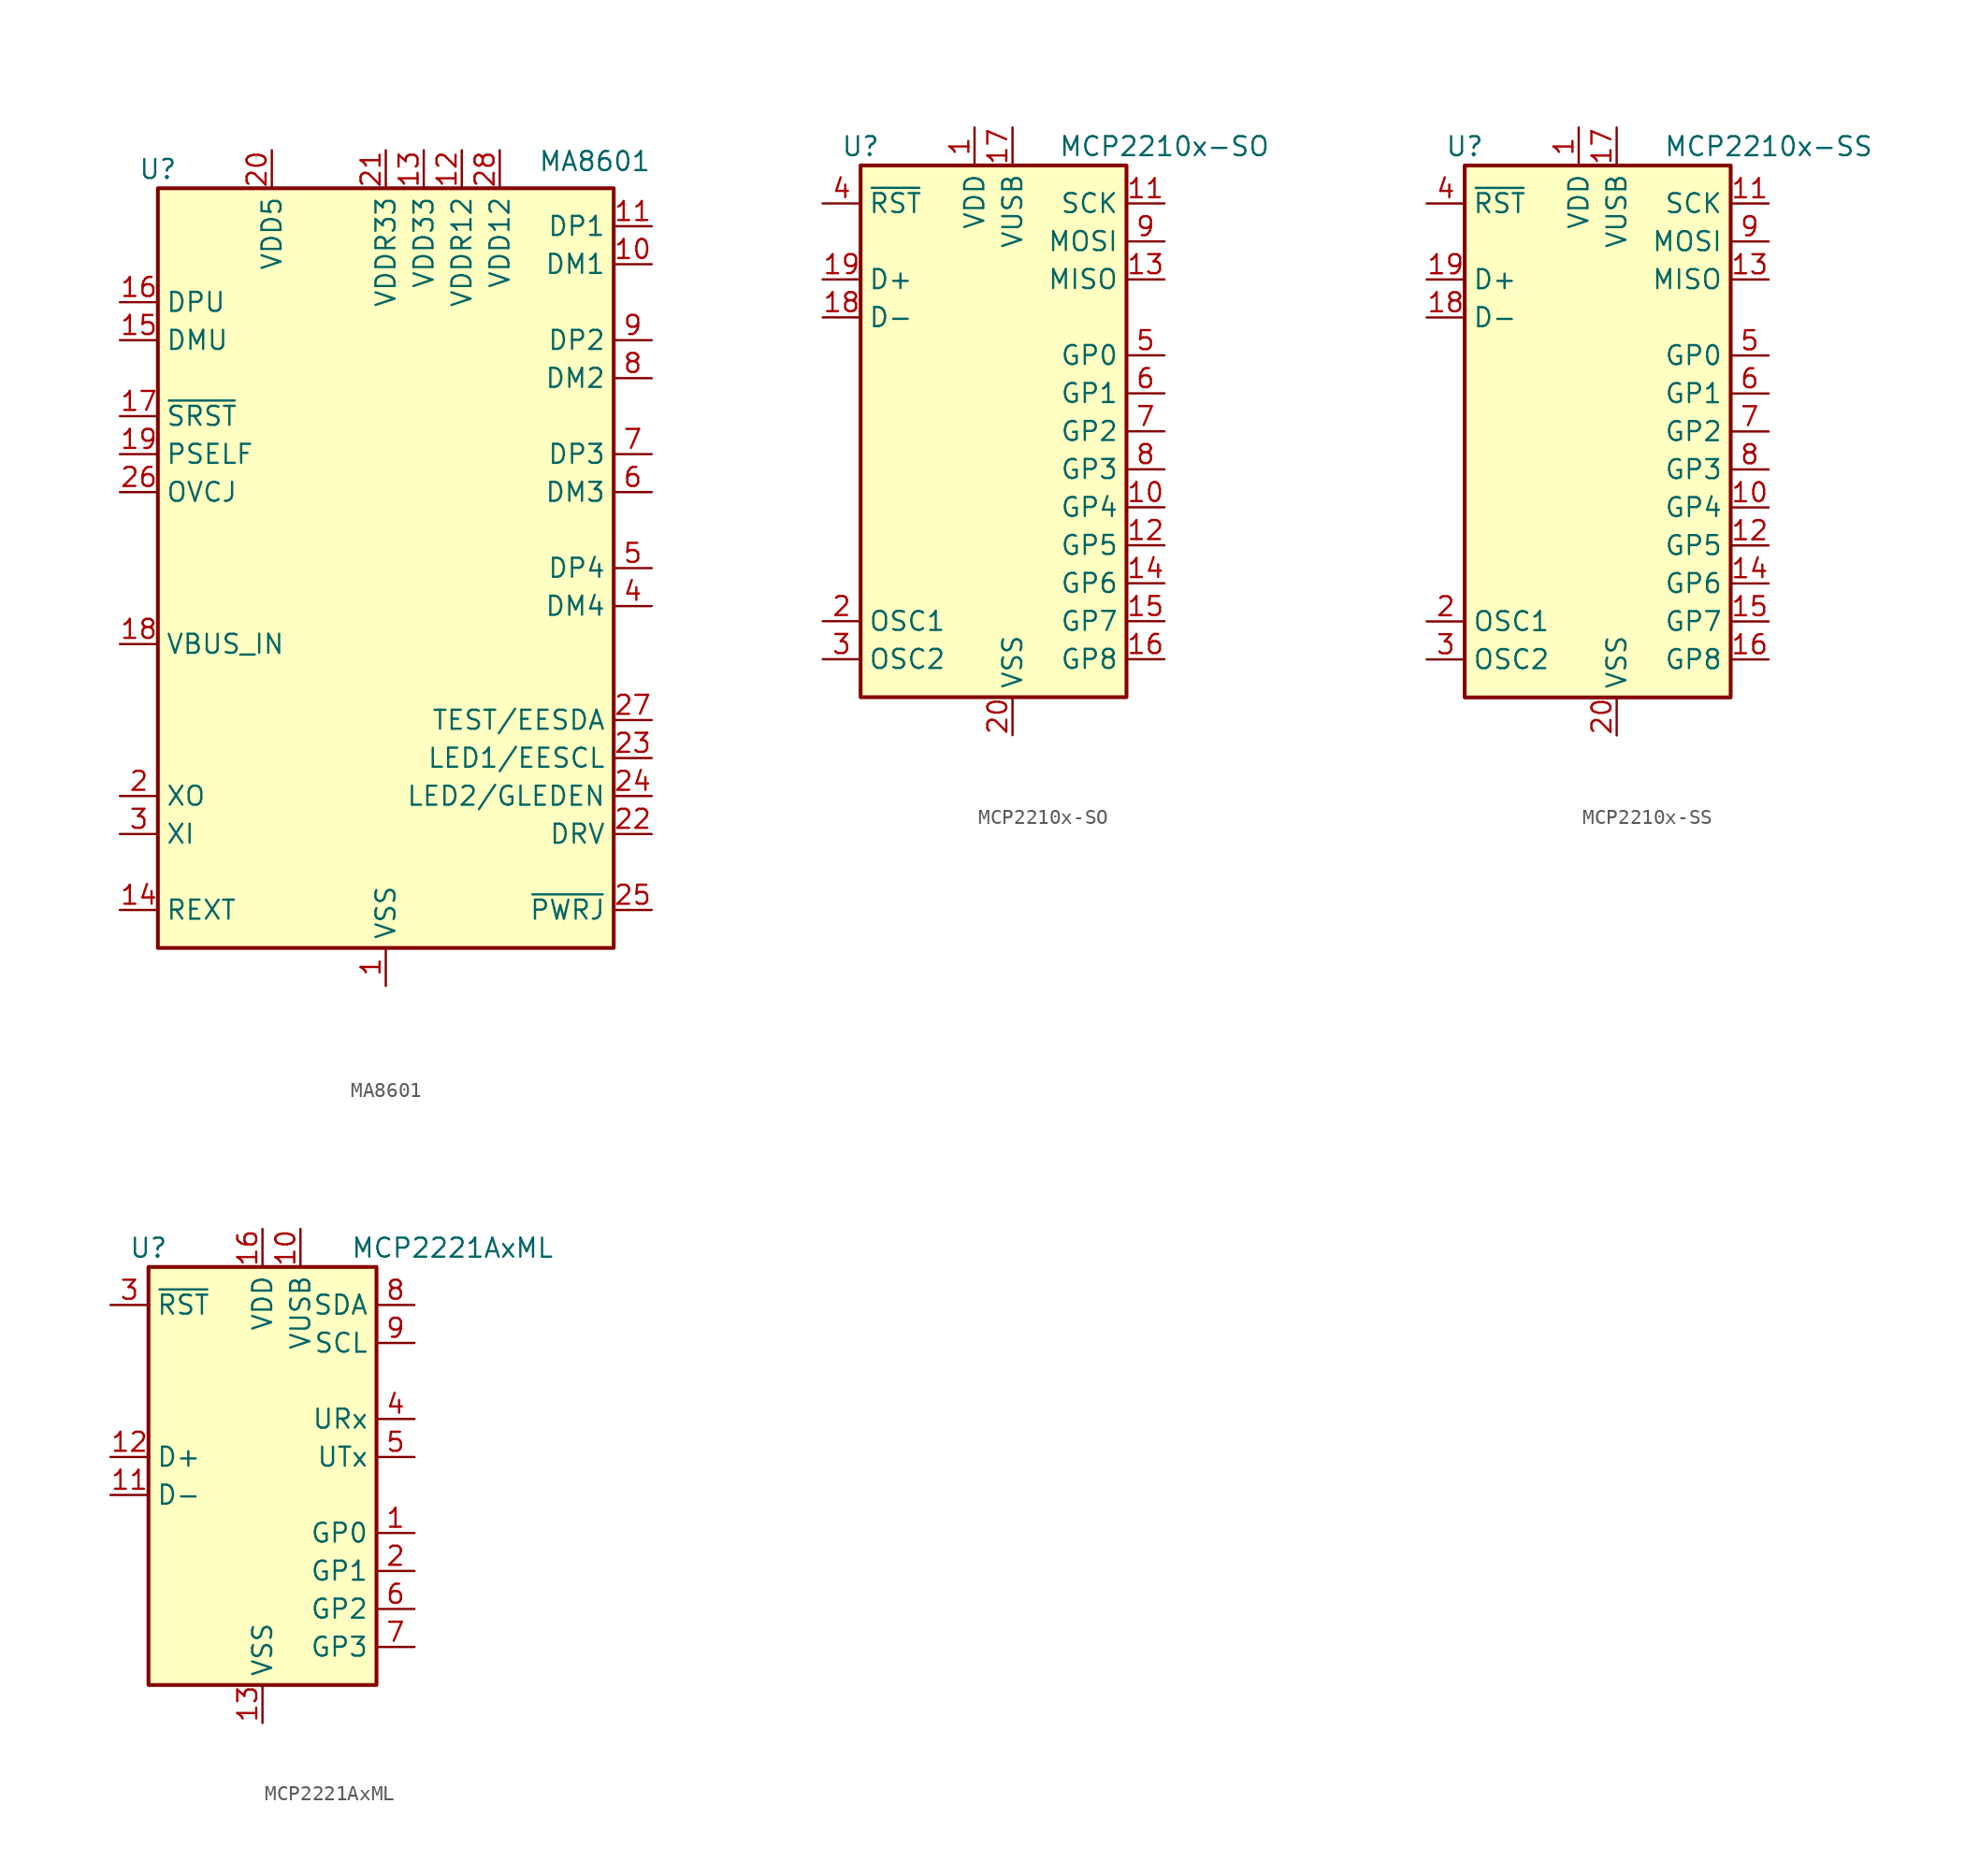
<source format=kicad_sym>
(kicad_symbol_lib
  (version 20201005)
  (generator kicad_symbol_editor)
  (symbol "MA8601"
    (property "Reference" "U"
      (at -15.24 26.67 0)
      (effects (font (size 1.27 1.27))))
    (property "Value" "MA8601"
      (at 13.97 27.94 0)
      (effects (font (size 1.27 1.27)) (justify top)))
    (symbol "MA8601_0_1"
      (rectangle (start -15.24 25.4) (end 15.24 -25.4) (stroke (width 0.254)) (fill (type background))))
    (symbol "MA8601_1_1"
      (pin power_in line (at 0 -27.94 90) (length 2.54) (name "VSS" (effects (font (size 1.27 1.27)))) (number "1" (effects (font (size 1.27 1.27)))))
      (pin bidirectional line (at 17.78 20.32 180) (length 2.54) (name "DM1" (effects (font (size 1.27 1.27)))) (number "10" (effects (font (size 1.27 1.27)))))
      (pin bidirectional line (at 17.78 22.86 180) (length 2.54) (name "DP1" (effects (font (size 1.27 1.27)))) (number "11" (effects (font (size 1.27 1.27)))))
      (pin power_out line (at 5.08 27.94 270) (length 2.54) (name "VDDR12" (effects (font (size 1.27 1.27)))) (number "12" (effects (font (size 1.27 1.27)))))
      (pin power_in line (at 2.54 27.94 270) (length 2.54) (name "VDD33" (effects (font (size 1.27 1.27)))) (number "13" (effects (font (size 1.27 1.27)))))
      (pin passive line (at -17.78 -22.86 0) (length 2.54) (name "REXT" (effects (font (size 1.27 1.27)))) (number "14" (effects (font (size 1.27 1.27)))))
      (pin bidirectional line (at -17.78 15.24 0) (length 2.54) (name "DMU" (effects (font (size 1.27 1.27)))) (number "15" (effects (font (size 1.27 1.27)))))
      (pin bidirectional line (at -17.78 17.78 0) (length 2.54) (name "DPU" (effects (font (size 1.27 1.27)))) (number "16" (effects (font (size 1.27 1.27)))))
      (pin input line (at -17.78 10.16 0) (length 2.54) (name "~SRST" (effects (font (size 1.27 1.27)))) (number "17" (effects (font (size 1.27 1.27)))))
      (pin input line (at -17.78 -5.08 0) (length 2.54) (name "VBUS_IN" (effects (font (size 1.27 1.27)))) (number "18" (effects (font (size 1.27 1.27)))))
      (pin input line (at -17.78 7.62 0) (length 2.54) (name "PSELF" (effects (font (size 1.27 1.27)))) (number "19" (effects (font (size 1.27 1.27)))))
      (pin output line (at -17.78 -15.24 0) (length 2.54) (name "XO" (effects (font (size 1.27 1.27)))) (number "2" (effects (font (size 1.27 1.27)))))
      (pin power_in line (at -7.62 27.94 270) (length 2.54) (name "VDD5" (effects (font (size 1.27 1.27)))) (number "20" (effects (font (size 1.27 1.27)))))
      (pin power_out line (at 0 27.94 270) (length 2.54) (name "VDDR33" (effects (font (size 1.27 1.27)))) (number "21" (effects (font (size 1.27 1.27)))))
      (pin bidirectional line (at 17.78 -17.78 180) (length 2.54) (name "DRV" (effects (font (size 1.27 1.27)))) (number "22" (effects (font (size 1.27 1.27)))))
      (pin bidirectional line (at 17.78 -12.7 180) (length 2.54) (name "LED1/EESCL" (effects (font (size 1.27 1.27)))) (number "23" (effects (font (size 1.27 1.27)))))
      (pin bidirectional line (at 17.78 -15.24 180) (length 2.54) (name "LED2/GLEDEN" (effects (font (size 1.27 1.27)))) (number "24" (effects (font (size 1.27 1.27)))))
      (pin output line (at 17.78 -22.86 180) (length 2.54) (name "~PWRJ" (effects (font (size 1.27 1.27)))) (number "25" (effects (font (size 1.27 1.27)))))
      (pin input line (at -17.78 5.08 0) (length 2.54) (name "OVCJ" (effects (font (size 1.27 1.27)))) (number "26" (effects (font (size 1.27 1.27)))))
      (pin bidirectional line (at 17.78 -10.16 180) (length 2.54) (name "TEST/EESDA" (effects (font (size 1.27 1.27)))) (number "27" (effects (font (size 1.27 1.27)))))
      (pin power_in line (at 7.62 27.94 270) (length 2.54) (name "VDD12" (effects (font (size 1.27 1.27)))) (number "28" (effects (font (size 1.27 1.27)))))
      (pin input line (at -17.78 -17.78 0) (length 2.54) (name "XI" (effects (font (size 1.27 1.27)))) (number "3" (effects (font (size 1.27 1.27)))))
      (pin bidirectional line (at 17.78 -2.54 180) (length 2.54) (name "DM4" (effects (font (size 1.27 1.27)))) (number "4" (effects (font (size 1.27 1.27)))))
      (pin bidirectional line (at 17.78 0 180) (length 2.54) (name "DP4" (effects (font (size 1.27 1.27)))) (number "5" (effects (font (size 1.27 1.27)))))
      (pin bidirectional line (at 17.78 5.08 180) (length 2.54) (name "DM3" (effects (font (size 1.27 1.27)))) (number "6" (effects (font (size 1.27 1.27)))))
      (pin bidirectional line (at 17.78 7.62 180) (length 2.54) (name "DP3" (effects (font (size 1.27 1.27)))) (number "7" (effects (font (size 1.27 1.27)))))
      (pin bidirectional line (at 17.78 12.7 180) (length 2.54) (name "DM2" (effects (font (size 1.27 1.27)))) (number "8" (effects (font (size 1.27 1.27)))))
      (pin bidirectional line (at 17.78 15.24 180) (length 2.54) (name "DP2" (effects (font (size 1.27 1.27)))) (number "9" (effects (font (size 1.27 1.27)))))))
  (symbol "MCP2210x-SO"
    (property "Reference" "U"
      (at -10.16 19.05 0)
      (effects (font (size 1.27 1.27))))
    (property "Value" "MCP2210x-SO"
      (at 10.16 19.05 0)
      (effects (font (size 1.27 1.27))))
    (symbol "MCP2210x-SO_0_1"
      (rectangle (start -10.16 17.78) (end 7.62 -17.78) (stroke (width 0.254)) (fill (type background))))
    (symbol "MCP2210x-SO_1_1"
      (pin power_in line (at -2.54 20.32 270) (length 2.54) (name "VDD" (effects (font (size 1.27 1.27)))) (number "1" (effects (font (size 1.27 1.27)))))
      (pin bidirectional line (at 10.16 -5.08 180) (length 2.54) (name "GP4" (effects (font (size 1.27 1.27)))) (number "10" (effects (font (size 1.27 1.27)))))
      (pin output line (at 10.16 15.24 180) (length 2.54) (name "SCK" (effects (font (size 1.27 1.27)))) (number "11" (effects (font (size 1.27 1.27)))))
      (pin bidirectional line (at 10.16 -7.62 180) (length 2.54) (name "GP5" (effects (font (size 1.27 1.27)))) (number "12" (effects (font (size 1.27 1.27)))))
      (pin input line (at 10.16 10.16 180) (length 2.54) (name "MISO" (effects (font (size 1.27 1.27)))) (number "13" (effects (font (size 1.27 1.27)))))
      (pin bidirectional line (at 10.16 -10.16 180) (length 2.54) (name "GP6" (effects (font (size 1.27 1.27)))) (number "14" (effects (font (size 1.27 1.27)))))
      (pin bidirectional line (at 10.16 -12.7 180) (length 2.54) (name "GP7" (effects (font (size 1.27 1.27)))) (number "15" (effects (font (size 1.27 1.27)))))
      (pin bidirectional line (at 10.16 -15.24 180) (length 2.54) (name "GP8" (effects (font (size 1.27 1.27)))) (number "16" (effects (font (size 1.27 1.27)))))
      (pin passive line (at 0 20.32 270) (length 2.54) (name "VUSB" (effects (font (size 1.27 1.27)))) (number "17" (effects (font (size 1.27 1.27)))))
      (pin bidirectional line (at -12.7 7.62 0) (length 2.54) (name "D-" (effects (font (size 1.27 1.27)))) (number "18" (effects (font (size 1.27 1.27)))))
      (pin bidirectional line (at -12.7 10.16 0) (length 2.54) (name "D+" (effects (font (size 1.27 1.27)))) (number "19" (effects (font (size 1.27 1.27)))))
      (pin input line (at -12.7 -12.7 0) (length 2.54) (name "OSC1" (effects (font (size 1.27 1.27)))) (number "2" (effects (font (size 1.27 1.27)))))
      (pin power_in line (at 0 -20.32 90) (length 2.54) (name "VSS" (effects (font (size 1.27 1.27)))) (number "20" (effects (font (size 1.27 1.27)))))
      (pin output line (at -12.7 -15.24 0) (length 2.54) (name "OSC2" (effects (font (size 1.27 1.27)))) (number "3" (effects (font (size 1.27 1.27)))))
      (pin input line (at -12.7 15.24 0) (length 2.54) (name "~RST" (effects (font (size 1.27 1.27)))) (number "4" (effects (font (size 1.27 1.27)))))
      (pin bidirectional line (at 10.16 5.08 180) (length 2.54) (name "GP0" (effects (font (size 1.27 1.27)))) (number "5" (effects (font (size 1.27 1.27)))))
      (pin bidirectional line (at 10.16 2.54 180) (length 2.54) (name "GP1" (effects (font (size 1.27 1.27)))) (number "6" (effects (font (size 1.27 1.27)))))
      (pin bidirectional line (at 10.16 0 180) (length 2.54) (name "GP2" (effects (font (size 1.27 1.27)))) (number "7" (effects (font (size 1.27 1.27)))))
      (pin bidirectional line (at 10.16 -2.54 180) (length 2.54) (name "GP3" (effects (font (size 1.27 1.27)))) (number "8" (effects (font (size 1.27 1.27)))))
      (pin output line (at 10.16 12.7 180) (length 2.54) (name "MOSI" (effects (font (size 1.27 1.27)))) (number "9" (effects (font (size 1.27 1.27)))))))
  (symbol "MCP2210x-SS"
    (property "Reference" "U"
      (at -10.16 19.05 0)
      (effects (font (size 1.27 1.27))))
    (property "Value" "MCP2210x-SS"
      (at 10.16 19.05 0)
      (effects (font (size 1.27 1.27))))
    (symbol "MCP2210x-SS_0_1"
      (rectangle (start -10.16 17.78) (end 7.62 -17.78) (stroke (width 0.254)) (fill (type background))))
    (symbol "MCP2210x-SS_1_1"
      (pin power_in line (at -2.54 20.32 270) (length 2.54) (name "VDD" (effects (font (size 1.27 1.27)))) (number "1" (effects (font (size 1.27 1.27)))))
      (pin bidirectional line (at 10.16 -5.08 180) (length 2.54) (name "GP4" (effects (font (size 1.27 1.27)))) (number "10" (effects (font (size 1.27 1.27)))))
      (pin output line (at 10.16 15.24 180) (length 2.54) (name "SCK" (effects (font (size 1.27 1.27)))) (number "11" (effects (font (size 1.27 1.27)))))
      (pin bidirectional line (at 10.16 -7.62 180) (length 2.54) (name "GP5" (effects (font (size 1.27 1.27)))) (number "12" (effects (font (size 1.27 1.27)))))
      (pin input line (at 10.16 10.16 180) (length 2.54) (name "MISO" (effects (font (size 1.27 1.27)))) (number "13" (effects (font (size 1.27 1.27)))))
      (pin bidirectional line (at 10.16 -10.16 180) (length 2.54) (name "GP6" (effects (font (size 1.27 1.27)))) (number "14" (effects (font (size 1.27 1.27)))))
      (pin bidirectional line (at 10.16 -12.7 180) (length 2.54) (name "GP7" (effects (font (size 1.27 1.27)))) (number "15" (effects (font (size 1.27 1.27)))))
      (pin bidirectional line (at 10.16 -15.24 180) (length 2.54) (name "GP8" (effects (font (size 1.27 1.27)))) (number "16" (effects (font (size 1.27 1.27)))))
      (pin passive line (at 0 20.32 270) (length 2.54) (name "VUSB" (effects (font (size 1.27 1.27)))) (number "17" (effects (font (size 1.27 1.27)))))
      (pin bidirectional line (at -12.7 7.62 0) (length 2.54) (name "D-" (effects (font (size 1.27 1.27)))) (number "18" (effects (font (size 1.27 1.27)))))
      (pin bidirectional line (at -12.7 10.16 0) (length 2.54) (name "D+" (effects (font (size 1.27 1.27)))) (number "19" (effects (font (size 1.27 1.27)))))
      (pin input line (at -12.7 -12.7 0) (length 2.54) (name "OSC1" (effects (font (size 1.27 1.27)))) (number "2" (effects (font (size 1.27 1.27)))))
      (pin power_in line (at 0 -20.32 90) (length 2.54) (name "VSS" (effects (font (size 1.27 1.27)))) (number "20" (effects (font (size 1.27 1.27)))))
      (pin output line (at -12.7 -15.24 0) (length 2.54) (name "OSC2" (effects (font (size 1.27 1.27)))) (number "3" (effects (font (size 1.27 1.27)))))
      (pin input line (at -12.7 15.24 0) (length 2.54) (name "~RST" (effects (font (size 1.27 1.27)))) (number "4" (effects (font (size 1.27 1.27)))))
      (pin bidirectional line (at 10.16 5.08 180) (length 2.54) (name "GP0" (effects (font (size 1.27 1.27)))) (number "5" (effects (font (size 1.27 1.27)))))
      (pin bidirectional line (at 10.16 2.54 180) (length 2.54) (name "GP1" (effects (font (size 1.27 1.27)))) (number "6" (effects (font (size 1.27 1.27)))))
      (pin bidirectional line (at 10.16 0 180) (length 2.54) (name "GP2" (effects (font (size 1.27 1.27)))) (number "7" (effects (font (size 1.27 1.27)))))
      (pin bidirectional line (at 10.16 -2.54 180) (length 2.54) (name "GP3" (effects (font (size 1.27 1.27)))) (number "8" (effects (font (size 1.27 1.27)))))
      (pin output line (at 10.16 12.7 180) (length 2.54) (name "MOSI" (effects (font (size 1.27 1.27)))) (number "9" (effects (font (size 1.27 1.27)))))))
  (symbol "MCP2221AxML"
    (property "Reference" "U"
      (at -7.62 16.51 0)
      (effects (font (size 1.27 1.27))))
    (property "Value" "MCP2221AxML"
      (at 12.7 16.51 0)
      (effects (font (size 1.27 1.27))))
    (symbol "MCP2221AxML_0_1"
      (rectangle (start -7.62 15.24) (end 7.62 -12.7) (stroke (width 0.254)) (fill (type background))))
    (symbol "MCP2221AxML_1_1"
      (pin bidirectional line (at 10.16 -2.54 180) (length 2.54) (name "GP0" (effects (font (size 1.27 1.27)))) (number "1" (effects (font (size 1.27 1.27)))))
      (pin passive line (at 2.54 17.78 270) (length 2.54) (name "VUSB" (effects (font (size 1.27 1.27)))) (number "10" (effects (font (size 1.27 1.27)))))
      (pin bidirectional line (at -10.16 0 0) (length 2.54) (name "D-" (effects (font (size 1.27 1.27)))) (number "11" (effects (font (size 1.27 1.27)))))
      (pin bidirectional line (at -10.16 2.54 0) (length 2.54) (name "D+" (effects (font (size 1.27 1.27)))) (number "12" (effects (font (size 1.27 1.27)))))
      (pin power_in line (at 0 -15.24 90) (length 2.54) (name "VSS" (effects (font (size 1.27 1.27)))) (number "13" (effects (font (size 1.27 1.27)))))
      (pin no_connect line (at -7.62 -2.54 0) (length 2.54) hide (name "NC" (effects (font (size 1.27 1.27)))) (number "14" (effects (font (size 1.27 1.27)))))
      (pin no_connect line (at -7.62 -5.08 0) (length 2.54) hide (name "NC" (effects (font (size 1.27 1.27)))) (number "15" (effects (font (size 1.27 1.27)))))
      (pin power_in line (at 0 17.78 270) (length 2.54) (name "VDD" (effects (font (size 1.27 1.27)))) (number "16" (effects (font (size 1.27 1.27)))))
      (pin no_connect line (at -7.62 -7.62 0) (length 2.54) hide (name "NC" (effects (font (size 1.27 1.27)))) (number "17" (effects (font (size 1.27 1.27)))))
      (pin bidirectional line (at 10.16 -5.08 180) (length 2.54) (name "GP1" (effects (font (size 1.27 1.27)))) (number "2" (effects (font (size 1.27 1.27)))))
      (pin input line (at -10.16 12.7 0) (length 2.54) (name "~RST" (effects (font (size 1.27 1.27)))) (number "3" (effects (font (size 1.27 1.27)))))
      (pin input line (at 10.16 5.08 180) (length 2.54) (name "URx" (effects (font (size 1.27 1.27)))) (number "4" (effects (font (size 1.27 1.27)))))
      (pin output line (at 10.16 2.54 180) (length 2.54) (name "UTx" (effects (font (size 1.27 1.27)))) (number "5" (effects (font (size 1.27 1.27)))))
      (pin bidirectional line (at 10.16 -7.62 180) (length 2.54) (name "GP2" (effects (font (size 1.27 1.27)))) (number "6" (effects (font (size 1.27 1.27)))))
      (pin bidirectional line (at 10.16 -10.16 180) (length 2.54) (name "GP3" (effects (font (size 1.27 1.27)))) (number "7" (effects (font (size 1.27 1.27)))))
      (pin bidirectional line (at 10.16 12.7 180) (length 2.54) (name "SDA" (effects (font (size 1.27 1.27)))) (number "8" (effects (font (size 1.27 1.27)))))
      (pin bidirectional line (at 10.16 10.16 180) (length 2.54) (name "SCL" (effects (font (size 1.27 1.27)))) (number "9" (effects (font (size 1.27 1.27))))))))
</source>
